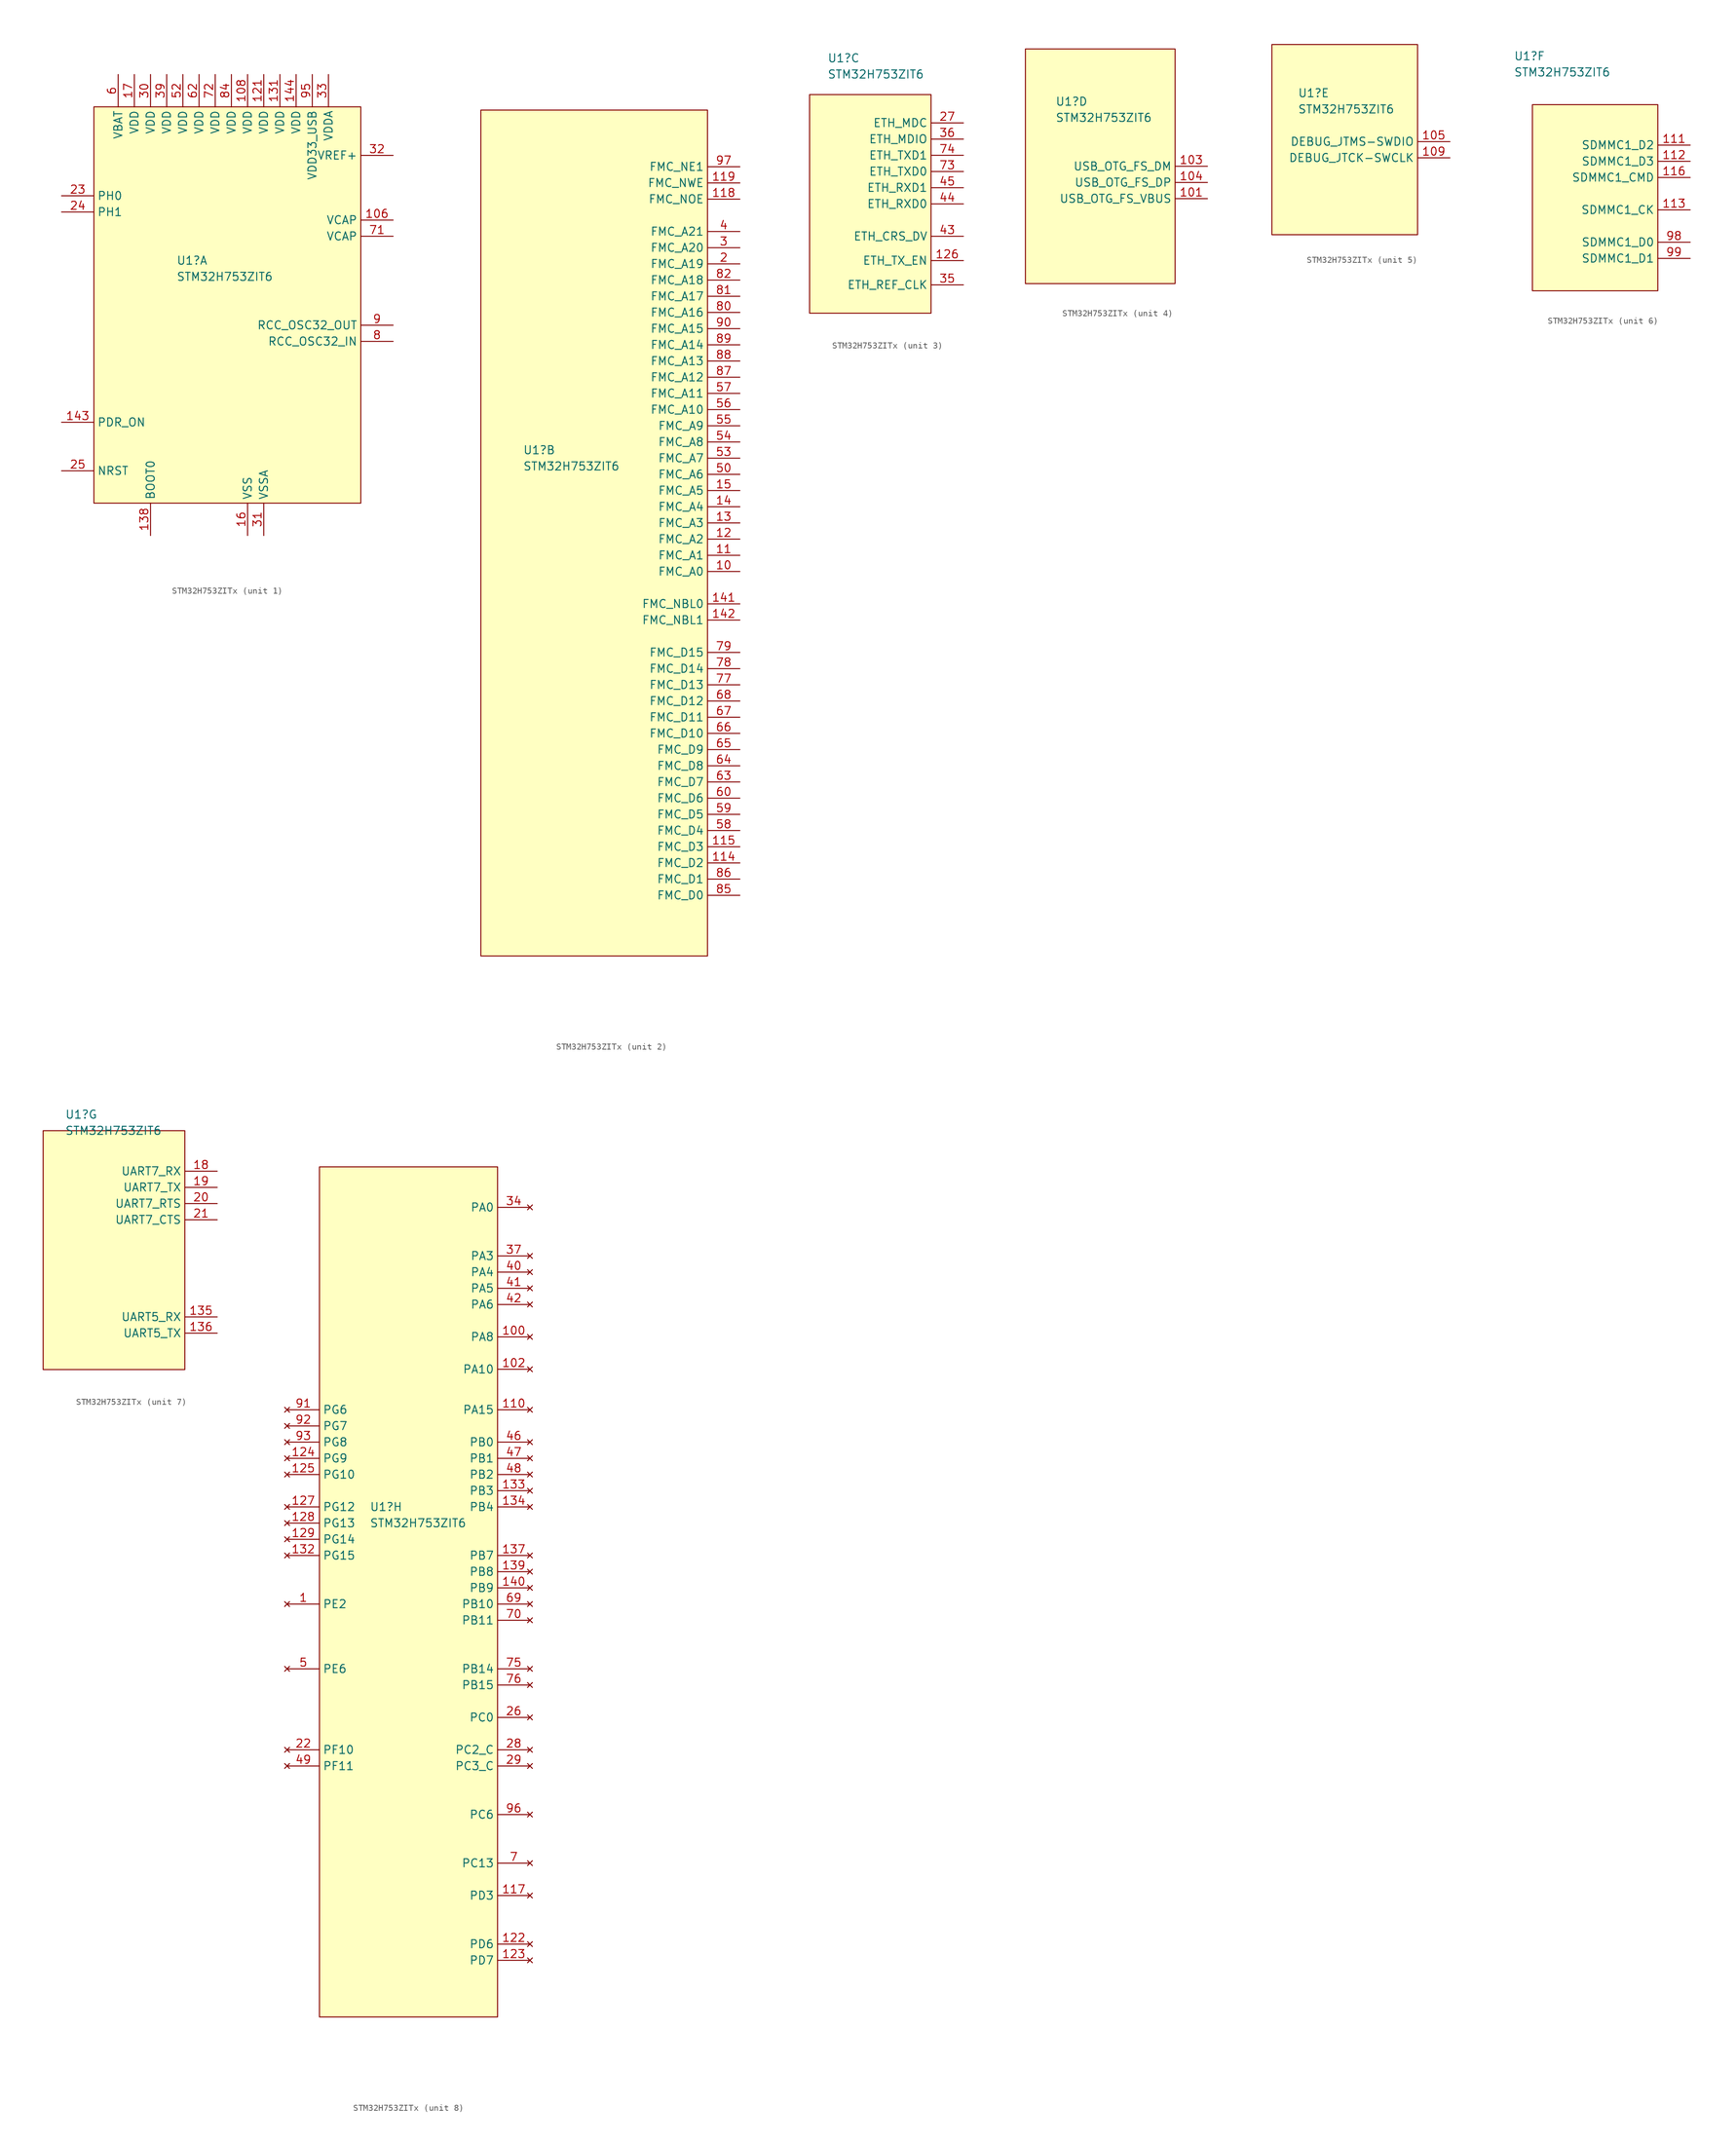
<source format=kicad_sym>
(kicad_symbol_lib
  (version 20231120)
  (generator "kicad_symbol_editor")
  (generator_version "8.0")
  (symbol "STM32H753ZITx"
    (property "Reference" "U1"
      (at -7.366 22.86 0)
      (effects (font (size 1.27 1.27)) (justify left)))
    (property "Value" "STM32H753ZIT6"
      (at -7.366 20.32 0)
      (effects (font (size 1.27 1.27)) (justify left)))
    (property "ki_locked" ""
      (at 0 0 0)
      (effects (font (size 1.27 1.27))))
    (symbol "STM32H753ZITx_1_1"
      (rectangle (start -20.32 46.99) (end 21.59 -15.24) (stroke (width 0) (type default)) (fill (type background)))
      (pin power_out line (at 26.67 29.21 180) (length 5.08) (name "VCAP" (effects (font (size 1.27 1.27)))) (number "106" (effects (font (size 1.27 1.27)))))
      (pin passive line (at 0 -20.32 90) (length 5.08) hide (name "VSS" (effects (font (size 1.27 1.27)))) (number "107" (effects (font (size 1.27 1.27)))))
      (pin power_in line (at 3.81 52.07 270) (length 5.08) (name "VDD" (effects (font (size 1.27 1.27)))) (number "108" (effects (font (size 1.27 1.27)))))
      (pin passive line (at 0 -20.32 90) (length 5.08) hide (name "VSS" (effects (font (size 1.27 1.27)))) (number "120" (effects (font (size 1.27 1.27)))))
      (pin power_in line (at 6.35 52.07 270) (length 5.08) (name "VDD" (effects (font (size 1.27 1.27)))) (number "121" (effects (font (size 1.27 1.27)))))
      (pin passive line (at 0 -20.32 90) (length 5.08) hide (name "VSS" (effects (font (size 1.27 1.27)))) (number "130" (effects (font (size 1.27 1.27)))))
      (pin power_in line (at 8.89 52.07 270) (length 5.08) (name "VDD" (effects (font (size 1.27 1.27)))) (number "131" (effects (font (size 1.27 1.27)))))
      (pin input line (at -11.43 -20.32 90) (length 5.08) (name "BOOT0" (effects (font (size 1.27 1.27)))) (number "138" (effects (font (size 1.27 1.27)))))
      (pin input line (at -25.4 -2.54 0) (length 5.08) (name "PDR_ON" (effects (font (size 1.27 1.27)))) (number "143" (effects (font (size 1.27 1.27)))))
      (pin power_in line (at 11.43 52.07 270) (length 5.08) (name "VDD" (effects (font (size 1.27 1.27)))) (number "144" (effects (font (size 1.27 1.27)))))
      (pin power_in line (at 3.81 -20.32 90) (length 5.08) (name "VSS" (effects (font (size 1.27 1.27)))) (number "16" (effects (font (size 1.27 1.27)))))
      (pin power_in line (at -13.97 52.07 270) (length 5.08) (name "VDD" (effects (font (size 1.27 1.27)))) (number "17" (effects (font (size 1.27 1.27)))))
      (pin bidirectional line (at -25.4 33.02 0) (length 5.08) (name "PH0" (effects (font (size 1.27 1.27)))) (number "23" (effects (font (size 1.27 1.27)))) (alternate "RCC_OSC_IN" bidirectional line))
      (pin bidirectional line (at -25.4 30.48 0) (length 5.08) (name "PH1" (effects (font (size 1.27 1.27)))) (number "24" (effects (font (size 1.27 1.27)))) (alternate "RCC_OSC_OUT" bidirectional line))
      (pin input line (at -25.4 -10.16 0) (length 5.08) (name "NRST" (effects (font (size 1.27 1.27)))) (number "25" (effects (font (size 1.27 1.27)))))
      (pin power_in line (at -11.43 52.07 270) (length 5.08) (name "VDD" (effects (font (size 1.27 1.27)))) (number "30" (effects (font (size 1.27 1.27)))))
      (pin power_in line (at 6.35 -20.32 90) (length 5.08) (name "VSSA" (effects (font (size 1.27 1.27)))) (number "31" (effects (font (size 1.27 1.27)))))
      (pin input line (at 26.67 39.37 180) (length 5.08) (name "VREF+" (effects (font (size 1.27 1.27)))) (number "32" (effects (font (size 1.27 1.27)))) (alternate "VREFBUF_OUT" bidirectional line))
      (pin power_in line (at 16.51 52.07 270) (length 5.08) (name "VDDA" (effects (font (size 1.27 1.27)))) (number "33" (effects (font (size 1.27 1.27)))))
      (pin passive line (at 0 -20.32 90) (length 5.08) hide (name "VSS" (effects (font (size 1.27 1.27)))) (number "38" (effects (font (size 1.27 1.27)))))
      (pin power_in line (at -8.89 52.07 270) (length 5.08) (name "VDD" (effects (font (size 1.27 1.27)))) (number "39" (effects (font (size 1.27 1.27)))))
      (pin passive line (at 0 -20.32 90) (length 5.08) hide (name "VSS" (effects (font (size 1.27 1.27)))) (number "51" (effects (font (size 1.27 1.27)))))
      (pin power_in line (at -6.35 52.07 270) (length 5.08) (name "VDD" (effects (font (size 1.27 1.27)))) (number "52" (effects (font (size 1.27 1.27)))))
      (pin power_in line (at -16.51 52.07 270) (length 5.08) (name "VBAT" (effects (font (size 1.27 1.27)))) (number "6" (effects (font (size 1.27 1.27)))))
      (pin passive line (at 0 -20.32 90) (length 5.08) hide (name "VSS" (effects (font (size 1.27 1.27)))) (number "61" (effects (font (size 1.27 1.27)))))
      (pin power_in line (at -3.81 52.07 270) (length 5.08) (name "VDD" (effects (font (size 1.27 1.27)))) (number "62" (effects (font (size 1.27 1.27)))))
      (pin power_out line (at 26.67 26.67 180) (length 5.08) (name "VCAP" (effects (font (size 1.27 1.27)))) (number "71" (effects (font (size 1.27 1.27)))))
      (pin power_in line (at -1.27 52.07 270) (length 5.08) (name "VDD" (effects (font (size 1.27 1.27)))) (number "72" (effects (font (size 1.27 1.27)))))
      (pin input line (at 26.67 10.16 180) (length 5.08) (name "RCC_OSC32_IN" (effects (font (size 1.27 1.27)))) (number "8" (effects (font (size 1.27 1.27)))) (alternate "RCC_OSC32_IN" bidirectional line))
      (pin passive line (at 0 -20.32 90) (length 5.08) hide (name "VSS" (effects (font (size 1.27 1.27)))) (number "83" (effects (font (size 1.27 1.27)))))
      (pin power_in line (at 1.27 52.07 270) (length 5.08) (name "VDD" (effects (font (size 1.27 1.27)))) (number "84" (effects (font (size 1.27 1.27)))))
      (pin output line (at 26.67 12.7 180) (length 5.08) (name "RCC_OSC32_OUT" (effects (font (size 1.27 1.27)))) (number "9" (effects (font (size 1.27 1.27)))) (alternate "ADC1_EXTI15" bidirectional line) (alternate "ADC2_EXTI15" bidirectional line) (alternate "ADC3_EXTI15" bidirectional line) (alternate "RCC_OSC32_OUT" bidirectional line))
      (pin passive line (at 0 -20.32 90) (length 5.08) hide (name "VSS" (effects (font (size 1.27 1.27)))) (number "94" (effects (font (size 1.27 1.27)))))
      (pin power_out line (at 13.97 52.07 270) (length 5.08) (name "VDD33_USB" (effects (font (size 1.27 1.27)))) (number "95" (effects (font (size 1.27 1.27))))))
    (symbol "STM32H753ZITx_2_1"
      (rectangle (start -13.97 76.2) (end 21.59 -56.515) (stroke (width 0) (type default)) (fill (type background)))
      (pin output line (at 26.67 3.81 180) (length 5.08) (name "FMC_A0" (effects (font (size 1.27 1.27)))) (number "10" (effects (font (size 1.27 1.27)))) (alternate "FMC_A0" bidirectional line) (alternate "I2C2_SDA" bidirectional line))
      (pin output line (at 26.67 6.35 180) (length 5.08) (name "FMC_A1" (effects (font (size 1.27 1.27)))) (number "11" (effects (font (size 1.27 1.27)))) (alternate "FMC_A1" bidirectional line) (alternate "I2C2_SCL" bidirectional line))
      (pin bidirectional line (at 26.67 -41.91 180) (length 5.08) (name "FMC_D2" (effects (font (size 1.27 1.27)))) (number "114" (effects (font (size 1.27 1.27)))) (alternate "DFSDM1_CKIN6" bidirectional line) (alternate "FDCAN1_RX" bidirectional line) (alternate "FMC_D2" bidirectional line) (alternate "FMC_DA2" bidirectional line) (alternate "SAI3_SCK_A" bidirectional line) (alternate "UART4_RX" bidirectional line))
      (pin bidirectional line (at 26.67 -39.37 180) (length 5.08) (name "FMC_D3" (effects (font (size 1.27 1.27)))) (number "115" (effects (font (size 1.27 1.27)))) (alternate "DFSDM1_DATIN6" bidirectional line) (alternate "FDCAN1_TX" bidirectional line) (alternate "FMC_D3" bidirectional line) (alternate "FMC_DA3" bidirectional line) (alternate "SAI3_SD_A" bidirectional line) (alternate "UART4_TX" bidirectional line))
      (pin output line (at 26.67 62.23 180) (length 5.08) (name "FMC_NOE" (effects (font (size 1.27 1.27)))) (number "118" (effects (font (size 1.27 1.27)))) (alternate "FMC_NOE" bidirectional line) (alternate "HRTIM_FLT3" bidirectional line) (alternate "SAI3_FS_A" bidirectional line) (alternate "USART2_DE" bidirectional line) (alternate "USART2_RTS" bidirectional line))
      (pin output line (at 26.67 64.77 180) (length 5.08) (name "FMC_NWE" (effects (font (size 1.27 1.27)))) (number "119" (effects (font (size 1.27 1.27)))) (alternate "FMC_NWE" bidirectional line) (alternate "HRTIM_EEV3" bidirectional line) (alternate "USART2_TX" bidirectional line))
      (pin output line (at 26.67 8.89 180) (length 5.08) (name "FMC_A2" (effects (font (size 1.27 1.27)))) (number "12" (effects (font (size 1.27 1.27)))) (alternate "FMC_A2" bidirectional line) (alternate "I2C2_SMBA" bidirectional line))
      (pin output line (at 26.67 11.43 180) (length 5.08) (name "FMC_A3" (effects (font (size 1.27 1.27)))) (number "13" (effects (font (size 1.27 1.27)))) (alternate "ADC3_INP5" bidirectional line) (alternate "FMC_A3" bidirectional line))
      (pin output line (at 26.67 13.97 180) (length 5.08) (name "FMC_A4" (effects (font (size 1.27 1.27)))) (number "14" (effects (font (size 1.27 1.27)))) (alternate "ADC3_INN5" bidirectional line) (alternate "ADC3_INP9" bidirectional line) (alternate "FMC_A4" bidirectional line))
      (pin output line (at 26.67 -1.27 180) (length 5.08) (name "FMC_NBL0" (effects (font (size 1.27 1.27)))) (number "141" (effects (font (size 1.27 1.27)))) (alternate "DCMI_D2" bidirectional line) (alternate "FMC_NBL0" bidirectional line) (alternate "HRTIM_SCIN" bidirectional line) (alternate "LPTIM1_ETR" bidirectional line) (alternate "LPTIM2_ETR" bidirectional line) (alternate "SAI2_MCLK_A" bidirectional line) (alternate "TIM4_ETR" bidirectional line) (alternate "UART8_RX" bidirectional line))
      (pin output line (at 26.67 -3.81 180) (length 5.08) (name "FMC_NBL1" (effects (font (size 1.27 1.27)))) (number "142" (effects (font (size 1.27 1.27)))) (alternate "DCMI_D3" bidirectional line) (alternate "FMC_NBL1" bidirectional line) (alternate "HRTIM_SCOUT" bidirectional line) (alternate "LPTIM1_IN2" bidirectional line) (alternate "UART8_TX" bidirectional line))
      (pin output line (at 26.67 16.51 180) (length 5.08) (name "FMC_A5" (effects (font (size 1.27 1.27)))) (number "15" (effects (font (size 1.27 1.27)))) (alternate "ADC3_INP4" bidirectional line) (alternate "FMC_A5" bidirectional line))
      (pin output line (at 26.67 52.07 180) (length 5.08) (name "FMC_A19" (effects (font (size 1.27 1.27)))) (number "2" (effects (font (size 1.27 1.27)))) (alternate "DEBUG_TRACED0" bidirectional line) (alternate "FMC_A19" bidirectional line) (alternate "SAI1_SD_B" bidirectional line) (alternate "SAI4_SD_B" bidirectional line) (alternate "TIM15_BKIN" bidirectional line))
      (pin output line (at 26.67 54.61 180) (length 5.08) (name "FMC_A20" (effects (font (size 1.27 1.27)))) (number "3" (effects (font (size 1.27 1.27)))) (alternate "DCMI_D4" bidirectional line) (alternate "DEBUG_TRACED1" bidirectional line) (alternate "DFSDM1_DATIN3" bidirectional line) (alternate "FMC_A20" bidirectional line) (alternate "LTDC_B0" bidirectional line) (alternate "SAI1_D2" bidirectional line) (alternate "SAI1_FS_A" bidirectional line) (alternate "SAI4_D2" bidirectional line) (alternate "SAI4_FS_A" bidirectional line) (alternate "SPI4_NSS" bidirectional line) (alternate "TIM15_CH1N" bidirectional line))
      (pin output line (at 26.67 57.15 180) (length 5.08) (name "FMC_A21" (effects (font (size 1.27 1.27)))) (number "4" (effects (font (size 1.27 1.27)))) (alternate "DCMI_D6" bidirectional line) (alternate "DEBUG_TRACED2" bidirectional line) (alternate "DFSDM1_CKIN3" bidirectional line) (alternate "FMC_A21" bidirectional line) (alternate "LTDC_G0" bidirectional line) (alternate "SAI1_CK2" bidirectional line) (alternate "SAI1_SCK_A" bidirectional line) (alternate "SAI4_CK2" bidirectional line) (alternate "SAI4_SCK_A" bidirectional line) (alternate "SPI4_MISO" bidirectional line) (alternate "TIM15_CH1" bidirectional line))
      (pin output line (at 26.67 19.05 180) (length 5.08) (name "FMC_A6" (effects (font (size 1.27 1.27)))) (number "50" (effects (font (size 1.27 1.27)))) (alternate "ADC1_INN2" bidirectional line) (alternate "ADC1_INP6" bidirectional line) (alternate "FMC_A6" bidirectional line))
      (pin output line (at 26.67 21.59 180) (length 5.08) (name "FMC_A7" (effects (font (size 1.27 1.27)))) (number "53" (effects (font (size 1.27 1.27)))) (alternate "ADC2_INP2" bidirectional line) (alternate "DFSDM1_DATIN6" bidirectional line) (alternate "FMC_A7" bidirectional line) (alternate "I2C4_SMBA" bidirectional line))
      (pin output line (at 26.67 24.13 180) (length 5.08) (name "FMC_A8" (effects (font (size 1.27 1.27)))) (number "54" (effects (font (size 1.27 1.27)))) (alternate "ADC2_INN2" bidirectional line) (alternate "ADC2_INP6" bidirectional line) (alternate "DFSDM1_CKIN6" bidirectional line) (alternate "FMC_A8" bidirectional line) (alternate "I2C4_SCL" bidirectional line))
      (pin output line (at 26.67 26.67 180) (length 5.08) (name "FMC_A9" (effects (font (size 1.27 1.27)))) (number "55" (effects (font (size 1.27 1.27)))) (alternate "ADC1_EXTI15" bidirectional line) (alternate "ADC2_EXTI15" bidirectional line) (alternate "ADC3_EXTI15" bidirectional line) (alternate "FMC_A9" bidirectional line) (alternate "I2C4_SDA" bidirectional line))
      (pin output line (at 26.67 29.21 180) (length 5.08) (name "FMC_A10" (effects (font (size 1.27 1.27)))) (number "56" (effects (font (size 1.27 1.27)))) (alternate "FMC_A10" bidirectional line))
      (pin output line (at 26.67 31.75 180) (length 5.08) (name "FMC_A11" (effects (font (size 1.27 1.27)))) (number "57" (effects (font (size 1.27 1.27)))) (alternate "FMC_A11" bidirectional line) (alternate "OPAMP2_VINM" bidirectional line) (alternate "OPAMP2_VINM1" bidirectional line))
      (pin bidirectional line (at 26.67 -36.83 180) (length 5.08) (name "FMC_D4" (effects (font (size 1.27 1.27)))) (number "58" (effects (font (size 1.27 1.27)))) (alternate "COMP2_INM" bidirectional line) (alternate "DFSDM1_DATIN2" bidirectional line) (alternate "FMC_D4" bidirectional line) (alternate "FMC_DA4" bidirectional line) (alternate "OPAMP2_VOUT" bidirectional line) (alternate "QUADSPI_BK2_IO0" bidirectional line) (alternate "TIM1_ETR" bidirectional line) (alternate "UART7_RX" bidirectional line))
      (pin bidirectional line (at 26.67 -34.29 180) (length 5.08) (name "FMC_D5" (effects (font (size 1.27 1.27)))) (number "59" (effects (font (size 1.27 1.27)))) (alternate "COMP2_OUT" bidirectional line) (alternate "DFSDM1_CKIN2" bidirectional line) (alternate "FMC_D5" bidirectional line) (alternate "FMC_DA5" bidirectional line) (alternate "OPAMP2_VINM" bidirectional line) (alternate "OPAMP2_VINM0" bidirectional line) (alternate "QUADSPI_BK2_IO1" bidirectional line) (alternate "TIM1_CH1N" bidirectional line) (alternate "UART7_TX" bidirectional line))
      (pin bidirectional line (at 26.67 -31.75 180) (length 5.08) (name "FMC_D6" (effects (font (size 1.27 1.27)))) (number "60" (effects (font (size 1.27 1.27)))) (alternate "COMP2_INP" bidirectional line) (alternate "DAC1_EXTI9" bidirectional line) (alternate "DFSDM1_CKOUT" bidirectional line) (alternate "FMC_D6" bidirectional line) (alternate "FMC_DA6" bidirectional line) (alternate "OPAMP2_VINP" bidirectional line) (alternate "QUADSPI_BK2_IO2" bidirectional line) (alternate "TIM1_CH1" bidirectional line) (alternate "UART7_DE" bidirectional line) (alternate "UART7_RTS" bidirectional line))
      (pin bidirectional line (at 26.67 -29.21 180) (length 5.08) (name "FMC_D7" (effects (font (size 1.27 1.27)))) (number "63" (effects (font (size 1.27 1.27)))) (alternate "COMP2_INM" bidirectional line) (alternate "DFSDM1_DATIN4" bidirectional line) (alternate "FMC_D7" bidirectional line) (alternate "FMC_DA7" bidirectional line) (alternate "QUADSPI_BK2_IO3" bidirectional line) (alternate "TIM1_CH2N" bidirectional line) (alternate "UART7_CTS" bidirectional line))
      (pin bidirectional line (at 26.67 -26.67 180) (length 5.08) (name "FMC_D8" (effects (font (size 1.27 1.27)))) (number "64" (effects (font (size 1.27 1.27)))) (alternate "ADC1_EXTI11" bidirectional line) (alternate "ADC2_EXTI11" bidirectional line) (alternate "ADC3_EXTI11" bidirectional line) (alternate "COMP2_INP" bidirectional line) (alternate "DFSDM1_CKIN4" bidirectional line) (alternate "FMC_D8" bidirectional line) (alternate "FMC_DA8" bidirectional line) (alternate "LTDC_G3" bidirectional line) (alternate "SAI2_SD_B" bidirectional line) (alternate "SPI4_NSS" bidirectional line) (alternate "TIM1_CH2" bidirectional line))
      (pin bidirectional line (at 26.67 -24.13 180) (length 5.08) (name "FMC_D9" (effects (font (size 1.27 1.27)))) (number "65" (effects (font (size 1.27 1.27)))) (alternate "COMP1_OUT" bidirectional line) (alternate "DFSDM1_DATIN5" bidirectional line) (alternate "FMC_D9" bidirectional line) (alternate "FMC_DA9" bidirectional line) (alternate "LTDC_B4" bidirectional line) (alternate "SAI2_SCK_B" bidirectional line) (alternate "SPI4_SCK" bidirectional line) (alternate "TIM1_CH3N" bidirectional line))
      (pin bidirectional line (at 26.67 -21.59 180) (length 5.08) (name "FMC_D10" (effects (font (size 1.27 1.27)))) (number "66" (effects (font (size 1.27 1.27)))) (alternate "COMP2_OUT" bidirectional line) (alternate "DFSDM1_CKIN5" bidirectional line) (alternate "FMC_D10" bidirectional line) (alternate "FMC_DA10" bidirectional line) (alternate "LTDC_DE" bidirectional line) (alternate "SAI2_FS_B" bidirectional line) (alternate "SPI4_MISO" bidirectional line) (alternate "TIM1_CH3" bidirectional line))
      (pin bidirectional line (at 26.67 -19.05 180) (length 5.08) (name "FMC_D11" (effects (font (size 1.27 1.27)))) (number "67" (effects (font (size 1.27 1.27)))) (alternate "FMC_D11" bidirectional line) (alternate "FMC_DA11" bidirectional line) (alternate "LTDC_CLK" bidirectional line) (alternate "SAI2_MCLK_B" bidirectional line) (alternate "SPI4_MOSI" bidirectional line) (alternate "TIM1_CH4" bidirectional line))
      (pin bidirectional line (at 26.67 -16.51 180) (length 5.08) (name "FMC_D12" (effects (font (size 1.27 1.27)))) (number "68" (effects (font (size 1.27 1.27)))) (alternate "ADC1_EXTI15" bidirectional line) (alternate "ADC2_EXTI15" bidirectional line) (alternate "ADC3_EXTI15" bidirectional line) (alternate "FMC_D12" bidirectional line) (alternate "FMC_DA12" bidirectional line) (alternate "LTDC_R7" bidirectional line) (alternate "TIM1_BKIN" bidirectional line) (alternate "TIM1_BKIN_COMP1" bidirectional line) (alternate "TIM1_BKIN_COMP2" bidirectional line))
      (pin bidirectional line (at 26.67 -13.97 180) (length 5.08) (name "FMC_D13" (effects (font (size 1.27 1.27)))) (number "77" (effects (font (size 1.27 1.27)))) (alternate "DFSDM1_CKIN3" bidirectional line) (alternate "FMC_D13" bidirectional line) (alternate "FMC_DA13" bidirectional line) (alternate "SAI3_SCK_B" bidirectional line) (alternate "SPDIFRX1_IN1" bidirectional line) (alternate "USART3_TX" bidirectional line))
      (pin bidirectional line (at 26.67 -11.43 180) (length 5.08) (name "FMC_D14" (effects (font (size 1.27 1.27)))) (number "78" (effects (font (size 1.27 1.27)))) (alternate "DAC1_EXTI9" bidirectional line) (alternate "DFSDM1_DATIN3" bidirectional line) (alternate "FMC_D14" bidirectional line) (alternate "FMC_DA14" bidirectional line) (alternate "SAI3_SD_B" bidirectional line) (alternate "USART3_RX" bidirectional line))
      (pin bidirectional line (at 26.67 -8.89 180) (length 5.08) (name "FMC_D15" (effects (font (size 1.27 1.27)))) (number "79" (effects (font (size 1.27 1.27)))) (alternate "DFSDM1_CKOUT" bidirectional line) (alternate "FMC_D15" bidirectional line) (alternate "FMC_DA15" bidirectional line) (alternate "LTDC_B3" bidirectional line) (alternate "SAI3_FS_B" bidirectional line) (alternate "USART3_CK" bidirectional line))
      (pin output line (at 26.67 44.45 180) (length 5.08) (name "FMC_A16" (effects (font (size 1.27 1.27)))) (number "80" (effects (font (size 1.27 1.27)))) (alternate "ADC1_EXTI11" bidirectional line) (alternate "ADC2_EXTI11" bidirectional line) (alternate "ADC3_EXTI11" bidirectional line) (alternate "FMC_A16" bidirectional line) (alternate "FMC_CLE" bidirectional line) (alternate "I2C4_SMBA" bidirectional line) (alternate "LPTIM2_IN2" bidirectional line) (alternate "QUADSPI_BK1_IO0" bidirectional line) (alternate "SAI2_SD_A" bidirectional line) (alternate "USART3_CTS" bidirectional line) (alternate "USART3_NSS" bidirectional line))
      (pin output line (at 26.67 46.99 180) (length 5.08) (name "FMC_A17" (effects (font (size 1.27 1.27)))) (number "81" (effects (font (size 1.27 1.27)))) (alternate "FMC_A17" bidirectional line) (alternate "FMC_ALE" bidirectional line) (alternate "I2C4_SCL" bidirectional line) (alternate "LPTIM1_IN1" bidirectional line) (alternate "LPTIM2_IN1" bidirectional line) (alternate "QUADSPI_BK1_IO1" bidirectional line) (alternate "SAI2_FS_A" bidirectional line) (alternate "TIM4_CH1" bidirectional line) (alternate "USART3_DE" bidirectional line) (alternate "USART3_RTS" bidirectional line))
      (pin output line (at 26.67 49.53 180) (length 5.08) (name "FMC_A18" (effects (font (size 1.27 1.27)))) (number "82" (effects (font (size 1.27 1.27)))) (alternate "FMC_A18" bidirectional line) (alternate "I2C4_SDA" bidirectional line) (alternate "LPTIM1_OUT" bidirectional line) (alternate "QUADSPI_BK1_IO3" bidirectional line) (alternate "SAI2_SCK_A" bidirectional line) (alternate "TIM4_CH2" bidirectional line))
      (pin bidirectional line (at 26.67 -46.99 180) (length 5.08) (name "FMC_D0" (effects (font (size 1.27 1.27)))) (number "85" (effects (font (size 1.27 1.27)))) (alternate "FMC_D0" bidirectional line) (alternate "FMC_DA0" bidirectional line) (alternate "SAI3_MCLK_B" bidirectional line) (alternate "TIM4_CH3" bidirectional line) (alternate "UART8_CTS" bidirectional line))
      (pin bidirectional line (at 26.67 -44.45 180) (length 5.08) (name "FMC_D1" (effects (font (size 1.27 1.27)))) (number "86" (effects (font (size 1.27 1.27)))) (alternate "ADC1_EXTI15" bidirectional line) (alternate "ADC2_EXTI15" bidirectional line) (alternate "ADC3_EXTI15" bidirectional line) (alternate "FMC_D1" bidirectional line) (alternate "FMC_DA1" bidirectional line) (alternate "SAI3_MCLK_A" bidirectional line) (alternate "TIM4_CH4" bidirectional line) (alternate "UART8_DE" bidirectional line) (alternate "UART8_RTS" bidirectional line))
      (pin output line (at 26.67 34.29 180) (length 5.08) (name "FMC_A12" (effects (font (size 1.27 1.27)))) (number "87" (effects (font (size 1.27 1.27)))) (alternate "FMC_A12" bidirectional line) (alternate "TIM8_BKIN" bidirectional line) (alternate "TIM8_BKIN_COMP1" bidirectional line) (alternate "TIM8_BKIN_COMP2" bidirectional line))
      (pin output line (at 26.67 36.83 180) (length 5.08) (name "FMC_A13" (effects (font (size 1.27 1.27)))) (number "88" (effects (font (size 1.27 1.27)))) (alternate "FMC_A13" bidirectional line) (alternate "TIM8_BKIN2" bidirectional line) (alternate "TIM8_BKIN2_COMP1" bidirectional line) (alternate "TIM8_BKIN2_COMP2" bidirectional line))
      (pin output line (at 26.67 39.37 180) (length 5.08) (name "FMC_A14" (effects (font (size 1.27 1.27)))) (number "89" (effects (font (size 1.27 1.27)))) (alternate "FMC_A14" bidirectional line) (alternate "FMC_BA0" bidirectional line) (alternate "TIM1_BKIN2" bidirectional line) (alternate "TIM1_BKIN2_COMP1" bidirectional line) (alternate "TIM1_BKIN2_COMP2" bidirectional line))
      (pin output line (at 26.67 41.91 180) (length 5.08) (name "FMC_A15" (effects (font (size 1.27 1.27)))) (number "90" (effects (font (size 1.27 1.27)))) (alternate "FMC_A15" bidirectional line) (alternate "FMC_BA1" bidirectional line) (alternate "TIM1_ETR" bidirectional line))
      (pin output line (at 26.67 67.31 180) (length 5.08) (name "FMC_NE1" (effects (font (size 1.27 1.27)))) (number "97" (effects (font (size 1.27 1.27)))) (alternate "DCMI_D1" bidirectional line) (alternate "DEBUG_TRGIO" bidirectional line) (alternate "DFSDM1_DATIN3" bidirectional line) (alternate "FMC_NE1" bidirectional line) (alternate "HRTIM_CHA2" bidirectional line) (alternate "I2S3_MCK" bidirectional line) (alternate "LTDC_G6" bidirectional line) (alternate "SDMMC1_D123DIR" bidirectional line) (alternate "SDMMC1_D7" bidirectional line) (alternate "SDMMC2_D7" bidirectional line) (alternate "SWPMI1_TX" bidirectional line) (alternate "TIM3_CH2" bidirectional line) (alternate "TIM8_CH2" bidirectional line) (alternate "USART6_RX" bidirectional line)))
    (symbol "STM32H753ZITx_3_1"
      (rectangle (start -10.16 17.145) (end 8.89 -17.145) (stroke (width 0) (type default)) (fill (type background)))
      (pin bidirectional line (at 13.97 -8.89 180) (length 5.08) (name "ETH_TX_EN" (effects (font (size 1.27 1.27)))) (number "126" (effects (font (size 1.27 1.27)))) (alternate "ADC1_EXTI11" bidirectional line) (alternate "ADC2_EXTI11" bidirectional line) (alternate "ADC3_EXTI11" bidirectional line) (alternate "DCMI_D3" bidirectional line) (alternate "ETH_TX_EN" bidirectional line) (alternate "HRTIM_EEV4" bidirectional line) (alternate "I2S1_CK" bidirectional line) (alternate "LPTIM1_IN2" bidirectional line) (alternate "LTDC_B3" bidirectional line) (alternate "SDMMC2_D2" bidirectional line) (alternate "SPDIFRX1_IN0" bidirectional line) (alternate "SPI1_SCK" bidirectional line))
      (pin bidirectional line (at 13.97 12.7 180) (length 5.08) (name "ETH_MDC" (effects (font (size 1.27 1.27)))) (number "27" (effects (font (size 1.27 1.27)))) (alternate "ADC1_INN10" bidirectional line) (alternate "ADC1_INP11" bidirectional line) (alternate "ADC2_INN10" bidirectional line) (alternate "ADC2_INP11" bidirectional line) (alternate "ADC3_INN10" bidirectional line) (alternate "ADC3_INP11" bidirectional line) (alternate "DEBUG_TRACED0" bidirectional line) (alternate "DFSDM1_CKIN4" bidirectional line) (alternate "DFSDM1_DATIN0" bidirectional line) (alternate "ETH_MDC" bidirectional line) (alternate "I2S2_SDO" bidirectional line) (alternate "MDIOS_MDC" bidirectional line) (alternate "PWR_WKUP6" bidirectional line) (alternate "RTC_TAMP3" bidirectional line) (alternate "SAI1_D1" bidirectional line) (alternate "SAI1_SD_A" bidirectional line) (alternate "SAI4_D1" bidirectional line) (alternate "SAI4_SD_A" bidirectional line) (alternate "SDMMC2_CK" bidirectional line) (alternate "SPI2_MOSI" bidirectional line))
      (pin bidirectional line (at 13.97 -12.7 180) (length 5.08) (name "ETH_REF_CLK" (effects (font (size 1.27 1.27)))) (number "35" (effects (font (size 1.27 1.27)))) (alternate "ADC1_INN16" bidirectional line) (alternate "ADC1_INP17" bidirectional line) (alternate "ETH_REF_CLK" bidirectional line) (alternate "ETH_RX_CLK" bidirectional line) (alternate "LPTIM3_OUT" bidirectional line) (alternate "LTDC_R2" bidirectional line) (alternate "QUADSPI_BK1_IO3" bidirectional line) (alternate "SAI2_MCLK_B" bidirectional line) (alternate "TIM15_CH1N" bidirectional line) (alternate "TIM2_CH2" bidirectional line) (alternate "TIM5_CH2" bidirectional line) (alternate "UART4_RX" bidirectional line) (alternate "USART2_DE" bidirectional line) (alternate "USART2_RTS" bidirectional line))
      (pin bidirectional line (at 13.97 10.16 180) (length 5.08) (name "ETH_MDIO" (effects (font (size 1.27 1.27)))) (number "36" (effects (font (size 1.27 1.27)))) (alternate "ADC1_INP14" bidirectional line) (alternate "ADC2_INP14" bidirectional line) (alternate "ETH_MDIO" bidirectional line) (alternate "LPTIM4_OUT" bidirectional line) (alternate "LTDC_R1" bidirectional line) (alternate "MDIOS_MDIO" bidirectional line) (alternate "PWR_WKUP2" bidirectional line) (alternate "SAI2_SCK_B" bidirectional line) (alternate "TIM15_CH1" bidirectional line) (alternate "TIM2_CH3" bidirectional line) (alternate "TIM5_CH3" bidirectional line) (alternate "USART2_TX" bidirectional line))
      (pin bidirectional line (at 13.97 -5.08 180) (length 5.08) (name "ETH_CRS_DV" (effects (font (size 1.27 1.27)))) (number "43" (effects (font (size 1.27 1.27)))) (alternate "ADC1_INN3" bidirectional line) (alternate "ADC1_INP7" bidirectional line) (alternate "ADC2_INN3" bidirectional line) (alternate "ADC2_INP7" bidirectional line) (alternate "ETH_CRS_DV" bidirectional line) (alternate "ETH_RX_DV" bidirectional line) (alternate "FMC_SDNWE" bidirectional line) (alternate "I2S1_SDO" bidirectional line) (alternate "OPAMP1_VINM" bidirectional line) (alternate "OPAMP1_VINM1" bidirectional line) (alternate "SPI1_MOSI" bidirectional line) (alternate "SPI6_MOSI" bidirectional line) (alternate "TIM14_CH1" bidirectional line) (alternate "TIM1_CH1N" bidirectional line) (alternate "TIM3_CH2" bidirectional line) (alternate "TIM8_CH1N" bidirectional line))
      (pin input line (at 13.97 0 180) (length 5.08) (name "ETH_RXD0" (effects (font (size 1.27 1.27)))) (number "44" (effects (font (size 1.27 1.27)))) (alternate "ADC1_INP4" bidirectional line) (alternate "ADC2_INP4" bidirectional line) (alternate "COMP1_INM" bidirectional line) (alternate "DFSDM1_CKIN2" bidirectional line) (alternate "ETH_RXD0" bidirectional line) (alternate "FMC_SDNE0" bidirectional line) (alternate "I2S1_MCK" bidirectional line) (alternate "OPAMP1_VOUT" bidirectional line) (alternate "SPDIFRX1_IN2" bidirectional line))
      (pin input line (at 13.97 2.54 180) (length 5.08) (name "ETH_RXD1" (effects (font (size 1.27 1.27)))) (number "45" (effects (font (size 1.27 1.27)))) (alternate "ADC1_INN4" bidirectional line) (alternate "ADC1_INP8" bidirectional line) (alternate "ADC2_INN4" bidirectional line) (alternate "ADC2_INP8" bidirectional line) (alternate "COMP1_OUT" bidirectional line) (alternate "DFSDM1_DATIN2" bidirectional line) (alternate "ETH_RXD1" bidirectional line) (alternate "FMC_SDCKE0" bidirectional line) (alternate "OPAMP1_VINM" bidirectional line) (alternate "OPAMP1_VINM0" bidirectional line) (alternate "SAI1_D3" bidirectional line) (alternate "SAI4_D3" bidirectional line) (alternate "SPDIFRX1_IN3" bidirectional line))
      (pin output line (at 13.97 5.08 180) (length 5.08) (name "ETH_TXD0" (effects (font (size 1.27 1.27)))) (number "73" (effects (font (size 1.27 1.27)))) (alternate "DFSDM1_DATIN1" bidirectional line) (alternate "ETH_TXD0" bidirectional line) (alternate "FDCAN2_RX" bidirectional line) (alternate "I2C2_SMBA" bidirectional line) (alternate "I2S2_WS" bidirectional line) (alternate "SPI2_NSS" bidirectional line) (alternate "TIM1_BKIN" bidirectional line) (alternate "TIM1_BKIN_COMP1" bidirectional line) (alternate "TIM1_BKIN_COMP2" bidirectional line) (alternate "UART5_RX" bidirectional line) (alternate "USART3_CK" bidirectional line) (alternate "USB_OTG_HS_ID" bidirectional line) (alternate "USB_OTG_HS_ULPI_D5" bidirectional line))
      (pin output line (at 13.97 7.62 180) (length 5.08) (name "ETH_TXD1" (effects (font (size 1.27 1.27)))) (number "74" (effects (font (size 1.27 1.27)))) (alternate "DFSDM1_CKIN1" bidirectional line) (alternate "ETH_TXD1" bidirectional line) (alternate "FDCAN2_TX" bidirectional line) (alternate "I2S2_CK" bidirectional line) (alternate "LPTIM2_OUT" bidirectional line) (alternate "SPI2_SCK" bidirectional line) (alternate "TIM1_CH1N" bidirectional line) (alternate "UART5_TX" bidirectional line) (alternate "USART3_CTS" bidirectional line) (alternate "USART3_NSS" bidirectional line) (alternate "USB_OTG_HS_ULPI_D6" bidirectional line) (alternate "USB_OTG_HS_VBUS" bidirectional line)))
    (symbol "STM32H753ZITx_4_1"
      (rectangle (start -12.065 31.115) (end 11.43 -5.715) (stroke (width 0) (type default)) (fill (type background)))
      (pin input line (at 16.51 7.62 180) (length 5.08) (name "USB_OTG_FS_VBUS" (effects (font (size 1.27 1.27)))) (number "101" (effects (font (size 1.27 1.27)))) (alternate "DAC1_EXTI9" bidirectional line) (alternate "DCMI_D0" bidirectional line) (alternate "HRTIM_CHC1" bidirectional line) (alternate "I2C3_SMBA" bidirectional line) (alternate "I2S2_CK" bidirectional line) (alternate "LPUART1_TX" bidirectional line) (alternate "LTDC_R5" bidirectional line) (alternate "SPI2_SCK" bidirectional line) (alternate "TIM1_CH2" bidirectional line) (alternate "USART1_TX" bidirectional line) (alternate "USB_OTG_FS_VBUS" bidirectional line))
      (pin bidirectional line (at 16.51 12.7 180) (length 5.08) (name "USB_OTG_FS_DM" (effects (font (size 1.27 1.27)))) (number "103" (effects (font (size 1.27 1.27)))) (alternate "ADC1_EXTI11" bidirectional line) (alternate "ADC2_EXTI11" bidirectional line) (alternate "ADC3_EXTI11" bidirectional line) (alternate "FDCAN1_RX" bidirectional line) (alternate "HRTIM_CHD1" bidirectional line) (alternate "I2S2_WS" bidirectional line) (alternate "LPUART1_CTS" bidirectional line) (alternate "LTDC_R4" bidirectional line) (alternate "SPI2_NSS" bidirectional line) (alternate "TIM1_CH4" bidirectional line) (alternate "UART4_RX" bidirectional line) (alternate "USART1_CTS" bidirectional line) (alternate "USART1_NSS" bidirectional line) (alternate "USB_OTG_FS_DM" bidirectional line))
      (pin bidirectional line (at 16.51 10.16 180) (length 5.08) (name "USB_OTG_FS_DP" (effects (font (size 1.27 1.27)))) (number "104" (effects (font (size 1.27 1.27)))) (alternate "FDCAN1_TX" bidirectional line) (alternate "HRTIM_CHD2" bidirectional line) (alternate "I2S2_CK" bidirectional line) (alternate "LPUART1_DE" bidirectional line) (alternate "LPUART1_RTS" bidirectional line) (alternate "LTDC_R5" bidirectional line) (alternate "SAI2_FS_B" bidirectional line) (alternate "SPI2_SCK" bidirectional line) (alternate "TIM1_ETR" bidirectional line) (alternate "UART4_TX" bidirectional line) (alternate "USART1_DE" bidirectional line) (alternate "USART1_RTS" bidirectional line) (alternate "USB_OTG_FS_DP" bidirectional line)))
    (symbol "STM32H753ZITx_5_1"
      (rectangle (start -11.43 30.48) (end 11.43 0.635) (stroke (width 0) (type default)) (fill (type background)))
      (pin bidirectional line (at 16.51 15.24 180) (length 5.08) (name "DEBUG_JTMS-SWDIO" (effects (font (size 1.27 1.27)))) (number "105" (effects (font (size 1.27 1.27)))) (alternate "DEBUG_JTMS-SWDIO" bidirectional line))
      (pin bidirectional line (at 16.51 12.7 180) (length 5.08) (name "DEBUG_JTCK-SWCLK" (effects (font (size 1.27 1.27)))) (number "109" (effects (font (size 1.27 1.27)))) (alternate "DEBUG_JTCK-SWCLK" bidirectional line)))
    (symbol "STM32H753ZITx_6_1"
      (rectangle (start -4.445 15.24) (end 15.24 -13.97) (stroke (width 0) (type default)) (fill (type background)))
      (pin bidirectional line (at 20.32 8.89 180) (length 5.08) (name "SDMMC1_D2" (effects (font (size 1.27 1.27)))) (number "111" (effects (font (size 1.27 1.27)))) (alternate "DCMI_D8" bidirectional line) (alternate "DFSDM1_CKIN5" bidirectional line) (alternate "HRTIM_EEV1" bidirectional line) (alternate "I2S3_CK" bidirectional line) (alternate "LTDC_R2" bidirectional line) (alternate "QUADSPI_BK1_IO1" bidirectional line) (alternate "SDMMC1_D2" bidirectional line) (alternate "SPI3_SCK" bidirectional line) (alternate "UART4_TX" bidirectional line) (alternate "USART3_TX" bidirectional line))
      (pin bidirectional line (at 20.32 6.35 180) (length 5.08) (name "SDMMC1_D3" (effects (font (size 1.27 1.27)))) (number "112" (effects (font (size 1.27 1.27)))) (alternate "ADC1_EXTI11" bidirectional line) (alternate "ADC2_EXTI11" bidirectional line) (alternate "ADC3_EXTI11" bidirectional line) (alternate "DCMI_D4" bidirectional line) (alternate "DFSDM1_DATIN5" bidirectional line) (alternate "HRTIM_FLT2" bidirectional line) (alternate "I2S3_SDI" bidirectional line) (alternate "QUADSPI_BK2_NCS" bidirectional line) (alternate "SDMMC1_D3" bidirectional line) (alternate "SPI3_MISO" bidirectional line) (alternate "UART4_RX" bidirectional line) (alternate "USART3_RX" bidirectional line))
      (pin bidirectional line (at 20.32 -1.27 180) (length 5.08) (name "SDMMC1_CK" (effects (font (size 1.27 1.27)))) (number "113" (effects (font (size 1.27 1.27)))) (alternate "DCMI_D9" bidirectional line) (alternate "DEBUG_TRACED3" bidirectional line) (alternate "HRTIM_EEV2" bidirectional line) (alternate "I2S3_SDO" bidirectional line) (alternate "SDMMC1_CK" bidirectional line) (alternate "SPI3_MOSI" bidirectional line) (alternate "UART5_TX" bidirectional line) (alternate "USART3_CK" bidirectional line))
      (pin output line (at 20.32 3.81 180) (length 5.08) (name "SDMMC1_CMD" (effects (font (size 1.27 1.27)))) (number "116" (effects (font (size 1.27 1.27)))) (alternate "DCMI_D11" bidirectional line) (alternate "DEBUG_TRACED2" bidirectional line) (alternate "SDMMC1_CMD" bidirectional line) (alternate "TIM3_ETR" bidirectional line) (alternate "UART5_RX" bidirectional line))
      (pin bidirectional line (at 20.32 -6.35 180) (length 5.08) (name "SDMMC1_D0" (effects (font (size 1.27 1.27)))) (number "98" (effects (font (size 1.27 1.27)))) (alternate "DCMI_D2" bidirectional line) (alternate "DEBUG_TRACED1" bidirectional line) (alternate "FMC_NCE" bidirectional line) (alternate "FMC_NE2" bidirectional line) (alternate "HRTIM_CHB1" bidirectional line) (alternate "SDMMC1_D0" bidirectional line) (alternate "SWPMI1_RX" bidirectional line) (alternate "TIM3_CH3" bidirectional line) (alternate "TIM8_CH3" bidirectional line) (alternate "UART5_DE" bidirectional line) (alternate "UART5_RTS" bidirectional line) (alternate "USART6_CK" bidirectional line))
      (pin bidirectional line (at 20.32 -8.89 180) (length 5.08) (name "SDMMC1_D1" (effects (font (size 1.27 1.27)))) (number "99" (effects (font (size 1.27 1.27)))) (alternate "DAC1_EXTI9" bidirectional line) (alternate "DCMI_D3" bidirectional line) (alternate "I2C3_SDA" bidirectional line) (alternate "I2S_CKIN" bidirectional line) (alternate "LTDC_B2" bidirectional line) (alternate "LTDC_G3" bidirectional line) (alternate "QUADSPI_BK1_IO0" bidirectional line) (alternate "RCC_MCO_2" bidirectional line) (alternate "SDMMC1_D1" bidirectional line) (alternate "SWPMI1_SUSPEND" bidirectional line) (alternate "TIM3_CH4" bidirectional line) (alternate "TIM8_CH4" bidirectional line) (alternate "UART5_CTS" bidirectional line)))
    (symbol "STM32H753ZITx_7_1"
      (rectangle (start -10.795 20.32) (end 11.43 -17.145) (stroke (width 0) (type default)) (fill (type background)))
      (pin input line (at 16.51 -8.89 180) (length 5.08) (name "UART5_RX" (effects (font (size 1.27 1.27)))) (number "135" (effects (font (size 1.27 1.27)))) (alternate "DCMI_D10" bidirectional line) (alternate "ETH_PPS_OUT" bidirectional line) (alternate "FDCAN2_RX" bidirectional line) (alternate "FMC_SDCKE1" bidirectional line) (alternate "HRTIM_EEV7" bidirectional line) (alternate "I2C1_SMBA" bidirectional line) (alternate "I2C4_SMBA" bidirectional line) (alternate "I2S1_SDO" bidirectional line) (alternate "I2S3_SDO" bidirectional line) (alternate "SPI1_MOSI" bidirectional line) (alternate "SPI3_MOSI" bidirectional line) (alternate "SPI6_MOSI" bidirectional line) (alternate "TIM17_BKIN" bidirectional line) (alternate "TIM3_CH2" bidirectional line) (alternate "UART5_RX" bidirectional line) (alternate "USB_OTG_HS_ULPI_D7" bidirectional line))
      (pin output line (at 16.51 -11.43 180) (length 5.08) (name "UART5_TX" (effects (font (size 1.27 1.27)))) (number "136" (effects (font (size 1.27 1.27)))) (alternate "CEC" bidirectional line) (alternate "DCMI_D5" bidirectional line) (alternate "DFSDM1_DATIN5" bidirectional line) (alternate "FDCAN2_TX" bidirectional line) (alternate "FMC_SDNE1" bidirectional line) (alternate "HRTIM_EEV8" bidirectional line) (alternate "I2C1_SCL" bidirectional line) (alternate "I2C4_SCL" bidirectional line) (alternate "LPUART1_TX" bidirectional line) (alternate "QUADSPI_BK1_NCS" bidirectional line) (alternate "TIM16_CH1N" bidirectional line) (alternate "TIM4_CH1" bidirectional line) (alternate "UART5_TX" bidirectional line) (alternate "USART1_TX" bidirectional line))
      (pin input line (at 16.51 13.97 180) (length 5.08) (name "UART7_RX" (effects (font (size 1.27 1.27)))) (number "18" (effects (font (size 1.27 1.27)))) (alternate "ADC3_INN4" bidirectional line) (alternate "ADC3_INP8" bidirectional line) (alternate "QUADSPI_BK1_IO3" bidirectional line) (alternate "SAI1_SD_B" bidirectional line) (alternate "SAI4_SD_B" bidirectional line) (alternate "SPI5_NSS" bidirectional line) (alternate "TIM16_CH1" bidirectional line) (alternate "UART7_RX" bidirectional line))
      (pin output line (at 16.51 11.43 180) (length 5.08) (name "UART7_TX" (effects (font (size 1.27 1.27)))) (number "19" (effects (font (size 1.27 1.27)))) (alternate "ADC3_INP3" bidirectional line) (alternate "QUADSPI_BK1_IO2" bidirectional line) (alternate "SAI1_MCLK_B" bidirectional line) (alternate "SAI4_MCLK_B" bidirectional line) (alternate "SPI5_SCK" bidirectional line) (alternate "TIM17_CH1" bidirectional line) (alternate "UART7_TX" bidirectional line))
      (pin output line (at 16.51 8.89 180) (length 5.08) (name "UART7_RTS" (effects (font (size 1.27 1.27)))) (number "20" (effects (font (size 1.27 1.27)))) (alternate "ADC3_INN3" bidirectional line) (alternate "ADC3_INP7" bidirectional line) (alternate "QUADSPI_BK1_IO0" bidirectional line) (alternate "SAI1_SCK_B" bidirectional line) (alternate "SAI4_SCK_B" bidirectional line) (alternate "SPI5_MISO" bidirectional line) (alternate "TIM13_CH1" bidirectional line) (alternate "TIM16_CH1N" bidirectional line) (alternate "UART7_DE" bidirectional line) (alternate "UART7_RTS" bidirectional line))
      (pin input line (at 16.51 6.35 180) (length 5.08) (name "UART7_CTS" (effects (font (size 1.27 1.27)))) (number "21" (effects (font (size 1.27 1.27)))) (alternate "ADC3_INP2" bidirectional line) (alternate "DAC1_EXTI9" bidirectional line) (alternate "QUADSPI_BK1_IO1" bidirectional line) (alternate "SAI1_FS_B" bidirectional line) (alternate "SAI4_FS_B" bidirectional line) (alternate "SPI5_MOSI" bidirectional line) (alternate "TIM14_CH1" bidirectional line) (alternate "TIM17_CH1N" bidirectional line) (alternate "UART7_CTS" bidirectional line)))
    (symbol "STM32H753ZITx_8_1"
      (rectangle (start -15.24 76.2) (end 12.7 -57.15) (stroke (width 0) (type default)) (fill (type background)))
      (pin no_connect line (at -20.32 7.62 0) (length 5.08) (name "PE2" (effects (font (size 1.27 1.27)))) (number "1" (effects (font (size 1.27 1.27)))) (alternate "DEBUG_TRACECLK" bidirectional line) (alternate "ETH_TXD3" bidirectional line) (alternate "FMC_A23" bidirectional line) (alternate "QUADSPI_BK1_IO2" bidirectional line) (alternate "SAI1_CK1" bidirectional line) (alternate "SAI1_MCLK_A" bidirectional line) (alternate "SAI4_CK1" bidirectional line) (alternate "SAI4_MCLK_A" bidirectional line) (alternate "SPI4_SCK" bidirectional line))
      (pin no_connect line (at 17.78 49.53 180) (length 5.08) (name "PA8" (effects (font (size 1.27 1.27)))) (number "100" (effects (font (size 1.27 1.27)))) (alternate "HRTIM_CHB2" bidirectional line) (alternate "I2C3_SCL" bidirectional line) (alternate "LTDC_B3" bidirectional line) (alternate "LTDC_R6" bidirectional line) (alternate "RCC_MCO_1" bidirectional line) (alternate "TIM1_CH1" bidirectional line) (alternate "TIM8_BKIN2" bidirectional line) (alternate "TIM8_BKIN2_COMP1" bidirectional line) (alternate "TIM8_BKIN2_COMP2" bidirectional line) (alternate "UART7_RX" bidirectional line) (alternate "USART1_CK" bidirectional line) (alternate "USB_OTG_FS_SOF" bidirectional line))
      (pin no_connect line (at 17.78 44.45 180) (length 5.08) (name "PA10" (effects (font (size 1.27 1.27)))) (number "102" (effects (font (size 1.27 1.27)))) (alternate "DCMI_D1" bidirectional line) (alternate "HRTIM_CHC2" bidirectional line) (alternate "LPUART1_RX" bidirectional line) (alternate "LTDC_B1" bidirectional line) (alternate "LTDC_B4" bidirectional line) (alternate "MDIOS_MDIO" bidirectional line) (alternate "TIM1_CH3" bidirectional line) (alternate "USART1_RX" bidirectional line) (alternate "USB_OTG_FS_ID" bidirectional line))
      (pin no_connect line (at 17.78 38.1 180) (length 5.08) (name "PA15" (effects (font (size 1.27 1.27)))) (number "110" (effects (font (size 1.27 1.27)))) (alternate "ADC1_EXTI15" bidirectional line) (alternate "ADC2_EXTI15" bidirectional line) (alternate "ADC3_EXTI15" bidirectional line) (alternate "CEC" bidirectional line) (alternate "DEBUG_JTDI" bidirectional line) (alternate "HRTIM_FLT1" bidirectional line) (alternate "I2S1_WS" bidirectional line) (alternate "I2S3_WS" bidirectional line) (alternate "SPI1_NSS" bidirectional line) (alternate "SPI3_NSS" bidirectional line) (alternate "SPI6_NSS" bidirectional line) (alternate "TIM2_CH1" bidirectional line) (alternate "TIM2_ETR" bidirectional line) (alternate "UART4_DE" bidirectional line) (alternate "UART4_RTS" bidirectional line) (alternate "UART7_TX" bidirectional line))
      (pin no_connect line (at 17.78 -38.1 180) (length 5.08) (name "PD3" (effects (font (size 1.27 1.27)))) (number "117" (effects (font (size 1.27 1.27)))) (alternate "DCMI_D5" bidirectional line) (alternate "DFSDM1_CKOUT" bidirectional line) (alternate "FMC_CLK" bidirectional line) (alternate "I2S2_CK" bidirectional line) (alternate "LTDC_G7" bidirectional line) (alternate "SPI2_SCK" bidirectional line) (alternate "USART2_CTS" bidirectional line) (alternate "USART2_NSS" bidirectional line))
      (pin no_connect line (at 17.78 -45.72 180) (length 5.08) (name "PD6" (effects (font (size 1.27 1.27)))) (number "122" (effects (font (size 1.27 1.27)))) (alternate "DCMI_D10" bidirectional line) (alternate "DFSDM1_CKIN4" bidirectional line) (alternate "DFSDM1_DATIN1" bidirectional line) (alternate "FMC_NWAIT" bidirectional line) (alternate "I2S3_SDO" bidirectional line) (alternate "LTDC_B2" bidirectional line) (alternate "SAI1_D1" bidirectional line) (alternate "SAI1_SD_A" bidirectional line) (alternate "SAI4_D1" bidirectional line) (alternate "SAI4_SD_A" bidirectional line) (alternate "SDMMC2_CK" bidirectional line) (alternate "SPI3_MOSI" bidirectional line) (alternate "USART2_RX" bidirectional line))
      (pin no_connect line (at 17.78 -48.26 180) (length 5.08) (name "PD7" (effects (font (size 1.27 1.27)))) (number "123" (effects (font (size 1.27 1.27)))) (alternate "DFSDM1_CKIN1" bidirectional line) (alternate "DFSDM1_DATIN4" bidirectional line) (alternate "FMC_NE1" bidirectional line) (alternate "I2S1_SDO" bidirectional line) (alternate "SDMMC2_CMD" bidirectional line) (alternate "SPDIFRX1_IN0" bidirectional line) (alternate "SPI1_MOSI" bidirectional line) (alternate "USART2_CK" bidirectional line))
      (pin no_connect line (at -20.32 30.48 0) (length 5.08) (name "PG9" (effects (font (size 1.27 1.27)))) (number "124" (effects (font (size 1.27 1.27)))) (alternate "DAC1_EXTI9" bidirectional line) (alternate "DCMI_VSYNC" bidirectional line) (alternate "FMC_NCE" bidirectional line) (alternate "FMC_NE2" bidirectional line) (alternate "I2S1_SDI" bidirectional line) (alternate "QUADSPI_BK2_IO2" bidirectional line) (alternate "SAI2_FS_B" bidirectional line) (alternate "SPDIFRX1_IN3" bidirectional line) (alternate "SPI1_MISO" bidirectional line) (alternate "USART6_RX" bidirectional line))
      (pin no_connect line (at -20.32 27.94 0) (length 5.08) (name "PG10" (effects (font (size 1.27 1.27)))) (number "125" (effects (font (size 1.27 1.27)))) (alternate "DCMI_D2" bidirectional line) (alternate "FMC_NE3" bidirectional line) (alternate "HRTIM_FLT5" bidirectional line) (alternate "I2S1_WS" bidirectional line) (alternate "LTDC_B2" bidirectional line) (alternate "LTDC_G3" bidirectional line) (alternate "SAI2_SD_B" bidirectional line) (alternate "SPI1_NSS" bidirectional line))
      (pin no_connect line (at -20.32 22.86 0) (length 5.08) (name "PG12" (effects (font (size 1.27 1.27)))) (number "127" (effects (font (size 1.27 1.27)))) (alternate "ETH_TXD1" bidirectional line) (alternate "FMC_NE4" bidirectional line) (alternate "HRTIM_EEV5" bidirectional line) (alternate "LPTIM1_IN1" bidirectional line) (alternate "LTDC_B1" bidirectional line) (alternate "LTDC_B4" bidirectional line) (alternate "SPDIFRX1_IN1" bidirectional line) (alternate "SPI6_MISO" bidirectional line) (alternate "USART6_DE" bidirectional line) (alternate "USART6_RTS" bidirectional line))
      (pin no_connect line (at -20.32 20.32 0) (length 5.08) (name "PG13" (effects (font (size 1.27 1.27)))) (number "128" (effects (font (size 1.27 1.27)))) (alternate "DEBUG_TRACED0" bidirectional line) (alternate "ETH_TXD0" bidirectional line) (alternate "FMC_A24" bidirectional line) (alternate "HRTIM_EEV10" bidirectional line) (alternate "LPTIM1_OUT" bidirectional line) (alternate "LTDC_R0" bidirectional line) (alternate "SPI6_SCK" bidirectional line) (alternate "USART6_CTS" bidirectional line) (alternate "USART6_NSS" bidirectional line))
      (pin no_connect line (at -20.32 17.78 0) (length 5.08) (name "PG14" (effects (font (size 1.27 1.27)))) (number "129" (effects (font (size 1.27 1.27)))) (alternate "DEBUG_TRACED1" bidirectional line) (alternate "ETH_TXD1" bidirectional line) (alternate "FMC_A25" bidirectional line) (alternate "LPTIM1_ETR" bidirectional line) (alternate "LTDC_B0" bidirectional line) (alternate "QUADSPI_BK2_IO3" bidirectional line) (alternate "SPI6_MOSI" bidirectional line) (alternate "USART6_TX" bidirectional line))
      (pin no_connect line (at -20.32 15.24 0) (length 5.08) (name "PG15" (effects (font (size 1.27 1.27)))) (number "132" (effects (font (size 1.27 1.27)))) (alternate "ADC1_EXTI15" bidirectional line) (alternate "ADC2_EXTI15" bidirectional line) (alternate "ADC3_EXTI15" bidirectional line) (alternate "DCMI_D13" bidirectional line) (alternate "FMC_SDNCAS" bidirectional line) (alternate "USART6_CTS" bidirectional line) (alternate "USART6_NSS" bidirectional line))
      (pin no_connect line (at 17.78 25.4 180) (length 5.08) (name "PB3" (effects (font (size 1.27 1.27)))) (number "133" (effects (font (size 1.27 1.27)))) (alternate "CRS_SYNC" bidirectional line) (alternate "DEBUG_JTDO-SWO" bidirectional line) (alternate "HRTIM_FLT4" bidirectional line) (alternate "I2S1_CK" bidirectional line) (alternate "I2S3_CK" bidirectional line) (alternate "SDMMC2_D2" bidirectional line) (alternate "SPI1_SCK" bidirectional line) (alternate "SPI3_SCK" bidirectional line) (alternate "SPI6_SCK" bidirectional line) (alternate "TIM2_CH2" bidirectional line) (alternate "UART7_RX" bidirectional line))
      (pin no_connect line (at 17.78 22.86 180) (length 5.08) (name "PB4" (effects (font (size 1.27 1.27)))) (number "134" (effects (font (size 1.27 1.27)))) (alternate "DEBUG_JTRST" bidirectional line) (alternate "HRTIM_EEV6" bidirectional line) (alternate "I2S1_SDI" bidirectional line) (alternate "I2S2_WS" bidirectional line) (alternate "I2S3_SDI" bidirectional line) (alternate "SDMMC2_D3" bidirectional line) (alternate "SPI1_MISO" bidirectional line) (alternate "SPI2_NSS" bidirectional line) (alternate "SPI3_MISO" bidirectional line) (alternate "SPI6_MISO" bidirectional line) (alternate "TIM16_BKIN" bidirectional line) (alternate "TIM3_CH1" bidirectional line) (alternate "UART7_TX" bidirectional line))
      (pin no_connect line (at 17.78 15.24 180) (length 5.08) (name "PB7" (effects (font (size 1.27 1.27)))) (number "137" (effects (font (size 1.27 1.27)))) (alternate "DCMI_VSYNC" bidirectional line) (alternate "DFSDM1_CKIN5" bidirectional line) (alternate "FMC_NL" bidirectional line) (alternate "HRTIM_EEV9" bidirectional line) (alternate "I2C1_SDA" bidirectional line) (alternate "I2C4_SDA" bidirectional line) (alternate "LPUART1_RX" bidirectional line) (alternate "PWR_PVD_IN" bidirectional line) (alternate "TIM17_CH1N" bidirectional line) (alternate "TIM4_CH2" bidirectional line) (alternate "USART1_RX" bidirectional line))
      (pin no_connect line (at 17.78 12.7 180) (length 5.08) (name "PB8" (effects (font (size 1.27 1.27)))) (number "139" (effects (font (size 1.27 1.27)))) (alternate "DCMI_D6" bidirectional line) (alternate "DFSDM1_CKIN7" bidirectional line) (alternate "ETH_TXD3" bidirectional line) (alternate "FDCAN1_RX" bidirectional line) (alternate "I2C1_SCL" bidirectional line) (alternate "I2C4_SCL" bidirectional line) (alternate "LTDC_B6" bidirectional line) (alternate "SDMMC1_CKIN" bidirectional line) (alternate "SDMMC1_D4" bidirectional line) (alternate "SDMMC2_D4" bidirectional line) (alternate "TIM16_CH1" bidirectional line) (alternate "TIM4_CH3" bidirectional line) (alternate "UART4_RX" bidirectional line))
      (pin no_connect line (at 17.78 10.16 180) (length 5.08) (name "PB9" (effects (font (size 1.27 1.27)))) (number "140" (effects (font (size 1.27 1.27)))) (alternate "DAC1_EXTI9" bidirectional line) (alternate "DCMI_D7" bidirectional line) (alternate "DFSDM1_DATIN7" bidirectional line) (alternate "FDCAN1_TX" bidirectional line) (alternate "I2C1_SDA" bidirectional line) (alternate "I2C4_SDA" bidirectional line) (alternate "I2C4_SMBA" bidirectional line) (alternate "I2S2_WS" bidirectional line) (alternate "LTDC_B7" bidirectional line) (alternate "SDMMC1_CDIR" bidirectional line) (alternate "SDMMC1_D5" bidirectional line) (alternate "SDMMC2_D5" bidirectional line) (alternate "SPI2_NSS" bidirectional line) (alternate "TIM17_CH1" bidirectional line) (alternate "TIM4_CH4" bidirectional line) (alternate "UART4_TX" bidirectional line))
      (pin no_connect line (at -20.32 -15.24 0) (length 5.08) (name "PF10" (effects (font (size 1.27 1.27)))) (number "22" (effects (font (size 1.27 1.27)))) (alternate "ADC3_INN2" bidirectional line) (alternate "ADC3_INP6" bidirectional line) (alternate "DCMI_D11" bidirectional line) (alternate "LTDC_DE" bidirectional line) (alternate "QUADSPI_CLK" bidirectional line) (alternate "SAI1_D3" bidirectional line) (alternate "SAI4_D3" bidirectional line) (alternate "TIM16_BKIN" bidirectional line))
      (pin no_connect line (at 17.78 -10.16 180) (length 5.08) (name "PC0" (effects (font (size 1.27 1.27)))) (number "26" (effects (font (size 1.27 1.27)))) (alternate "ADC1_INP10" bidirectional line) (alternate "ADC2_INP10" bidirectional line) (alternate "ADC3_INP10" bidirectional line) (alternate "DFSDM1_CKIN0" bidirectional line) (alternate "DFSDM1_DATIN4" bidirectional line) (alternate "FMC_SDNWE" bidirectional line) (alternate "LTDC_R5" bidirectional line) (alternate "SAI2_FS_B" bidirectional line) (alternate "USB_OTG_HS_ULPI_STP" bidirectional line))
      (pin no_connect line (at 17.78 -15.24 180) (length 5.08) (name "PC2_C" (effects (font (size 1.27 1.27)))) (number "28" (effects (font (size 1.27 1.27)))) (alternate "ADC3_INN1" bidirectional line) (alternate "ADC3_INP0" bidirectional line) (alternate "DFSDM1_CKIN1" bidirectional line) (alternate "DFSDM1_CKOUT" bidirectional line) (alternate "ETH_TXD2" bidirectional line) (alternate "FMC_SDNE0" bidirectional line) (alternate "I2S2_SDI" bidirectional line) (alternate "PWR_CSTOP" bidirectional line) (alternate "SPI2_MISO" bidirectional line) (alternate "USB_OTG_HS_ULPI_DIR" bidirectional line))
      (pin no_connect line (at 17.78 -17.78 180) (length 5.08) (name "PC3_C" (effects (font (size 1.27 1.27)))) (number "29" (effects (font (size 1.27 1.27)))) (alternate "ADC3_INP1" bidirectional line) (alternate "DFSDM1_DATIN1" bidirectional line) (alternate "ETH_TX_CLK" bidirectional line) (alternate "FMC_SDCKE0" bidirectional line) (alternate "I2S2_SDO" bidirectional line) (alternate "PWR_CSLEEP" bidirectional line) (alternate "SPI2_MOSI" bidirectional line) (alternate "USB_OTG_HS_ULPI_NXT" bidirectional line))
      (pin no_connect line (at 17.78 69.85 180) (length 5.08) (name "PA0" (effects (font (size 1.27 1.27)))) (number "34" (effects (font (size 1.27 1.27)))) (alternate "ADC1_INP16" bidirectional line) (alternate "ETH_CRS" bidirectional line) (alternate "PWR_WKUP1" bidirectional line) (alternate "SAI2_SD_B" bidirectional line) (alternate "SDMMC2_CMD" bidirectional line) (alternate "TIM15_BKIN" bidirectional line) (alternate "TIM2_CH1" bidirectional line) (alternate "TIM2_ETR" bidirectional line) (alternate "TIM5_CH1" bidirectional line) (alternate "TIM8_ETR" bidirectional line) (alternate "UART4_TX" bidirectional line) (alternate "USART2_CTS" bidirectional line) (alternate "USART2_NSS" bidirectional line))
      (pin no_connect line (at 17.78 62.23 180) (length 5.08) (name "PA3" (effects (font (size 1.27 1.27)))) (number "37" (effects (font (size 1.27 1.27)))) (alternate "ADC1_INP15" bidirectional line) (alternate "ADC2_INP15" bidirectional line) (alternate "ETH_COL" bidirectional line) (alternate "LPTIM5_OUT" bidirectional line) (alternate "LTDC_B2" bidirectional line) (alternate "LTDC_B5" bidirectional line) (alternate "TIM15_CH2" bidirectional line) (alternate "TIM2_CH4" bidirectional line) (alternate "TIM5_CH4" bidirectional line) (alternate "USART2_RX" bidirectional line) (alternate "USB_OTG_HS_ULPI_D0" bidirectional line))
      (pin no_connect line (at 17.78 59.69 180) (length 5.08) (name "PA4" (effects (font (size 1.27 1.27)))) (number "40" (effects (font (size 1.27 1.27)))) (alternate "ADC1_INP18" bidirectional line) (alternate "ADC2_INP18" bidirectional line) (alternate "DAC1_OUT1" bidirectional line) (alternate "DCMI_HSYNC" bidirectional line) (alternate "I2S1_WS" bidirectional line) (alternate "I2S3_WS" bidirectional line) (alternate "LTDC_VSYNC" bidirectional line) (alternate "SPI1_NSS" bidirectional line) (alternate "SPI3_NSS" bidirectional line) (alternate "SPI6_NSS" bidirectional line) (alternate "TIM5_ETR" bidirectional line) (alternate "USART2_CK" bidirectional line) (alternate "USB_OTG_HS_SOF" bidirectional line))
      (pin no_connect line (at 17.78 57.15 180) (length 5.08) (name "PA5" (effects (font (size 1.27 1.27)))) (number "41" (effects (font (size 1.27 1.27)))) (alternate "ADC1_INN18" bidirectional line) (alternate "ADC1_INP19" bidirectional line) (alternate "ADC2_INN18" bidirectional line) (alternate "ADC2_INP19" bidirectional line) (alternate "DAC1_OUT2" bidirectional line) (alternate "I2S1_CK" bidirectional line) (alternate "LTDC_R4" bidirectional line) (alternate "PWR_NDSTOP2" bidirectional line) (alternate "SPI1_SCK" bidirectional line) (alternate "SPI6_SCK" bidirectional line) (alternate "TIM2_CH1" bidirectional line) (alternate "TIM2_ETR" bidirectional line) (alternate "TIM8_CH1N" bidirectional line) (alternate "USB_OTG_HS_ULPI_CK" bidirectional line))
      (pin no_connect line (at 17.78 54.61 180) (length 5.08) (name "PA6" (effects (font (size 1.27 1.27)))) (number "42" (effects (font (size 1.27 1.27)))) (alternate "ADC1_INP3" bidirectional line) (alternate "ADC2_INP3" bidirectional line) (alternate "DCMI_PIXCLK" bidirectional line) (alternate "I2S1_SDI" bidirectional line) (alternate "LTDC_G2" bidirectional line) (alternate "MDIOS_MDC" bidirectional line) (alternate "SPI1_MISO" bidirectional line) (alternate "SPI6_MISO" bidirectional line) (alternate "TIM13_CH1" bidirectional line) (alternate "TIM1_BKIN" bidirectional line) (alternate "TIM1_BKIN_COMP1" bidirectional line) (alternate "TIM1_BKIN_COMP2" bidirectional line) (alternate "TIM3_CH1" bidirectional line) (alternate "TIM8_BKIN" bidirectional line) (alternate "TIM8_BKIN_COMP1" bidirectional line) (alternate "TIM8_BKIN_COMP2" bidirectional line))
      (pin no_connect line (at 17.78 33.02 180) (length 5.08) (name "PB0" (effects (font (size 1.27 1.27)))) (number "46" (effects (font (size 1.27 1.27)))) (alternate "ADC1_INN5" bidirectional line) (alternate "ADC1_INP9" bidirectional line) (alternate "ADC2_INN5" bidirectional line) (alternate "ADC2_INP9" bidirectional line) (alternate "COMP1_INP" bidirectional line) (alternate "DFSDM1_CKOUT" bidirectional line) (alternate "ETH_RXD2" bidirectional line) (alternate "LTDC_G1" bidirectional line) (alternate "LTDC_R3" bidirectional line) (alternate "OPAMP1_VINP" bidirectional line) (alternate "TIM1_CH2N" bidirectional line) (alternate "TIM3_CH3" bidirectional line) (alternate "TIM8_CH2N" bidirectional line) (alternate "UART4_CTS" bidirectional line) (alternate "USB_OTG_HS_ULPI_D1" bidirectional line))
      (pin no_connect line (at 17.78 30.48 180) (length 5.08) (name "PB1" (effects (font (size 1.27 1.27)))) (number "47" (effects (font (size 1.27 1.27)))) (alternate "ADC1_INP5" bidirectional line) (alternate "ADC2_INP5" bidirectional line) (alternate "COMP1_INM" bidirectional line) (alternate "DFSDM1_DATIN1" bidirectional line) (alternate "ETH_RXD3" bidirectional line) (alternate "LTDC_G0" bidirectional line) (alternate "LTDC_R6" bidirectional line) (alternate "TIM1_CH3N" bidirectional line) (alternate "TIM3_CH4" bidirectional line) (alternate "TIM8_CH3N" bidirectional line) (alternate "USB_OTG_HS_ULPI_D2" bidirectional line))
      (pin no_connect line (at 17.78 27.94 180) (length 5.08) (name "PB2" (effects (font (size 1.27 1.27)))) (number "48" (effects (font (size 1.27 1.27)))) (alternate "COMP1_INP" bidirectional line) (alternate "DFSDM1_CKIN1" bidirectional line) (alternate "I2S3_SDO" bidirectional line) (alternate "QUADSPI_CLK" bidirectional line) (alternate "RTC_OUT_ALARM" bidirectional line) (alternate "RTC_OUT_CALIB" bidirectional line) (alternate "SAI1_D1" bidirectional line) (alternate "SAI1_SD_A" bidirectional line) (alternate "SAI4_D1" bidirectional line) (alternate "SAI4_SD_A" bidirectional line) (alternate "SPI3_MOSI" bidirectional line))
      (pin no_connect line (at -20.32 -17.78 0) (length 5.08) (name "PF11" (effects (font (size 1.27 1.27)))) (number "49" (effects (font (size 1.27 1.27)))) (alternate "ADC1_EXTI11" bidirectional line) (alternate "ADC1_INP2" bidirectional line) (alternate "ADC2_EXTI11" bidirectional line) (alternate "ADC3_EXTI11" bidirectional line) (alternate "DCMI_D12" bidirectional line) (alternate "FMC_SDNRAS" bidirectional line) (alternate "SAI2_SD_B" bidirectional line) (alternate "SPI5_MOSI" bidirectional line))
      (pin no_connect line (at -20.32 -2.54 0) (length 5.08) (name "PE6" (effects (font (size 1.27 1.27)))) (number "5" (effects (font (size 1.27 1.27)))) (alternate "DCMI_D7" bidirectional line) (alternate "DEBUG_TRACED3" bidirectional line) (alternate "FMC_A22" bidirectional line) (alternate "LTDC_G1" bidirectional line) (alternate "SAI1_D1" bidirectional line) (alternate "SAI1_SD_A" bidirectional line) (alternate "SAI2_MCLK_B" bidirectional line) (alternate "SAI4_D1" bidirectional line) (alternate "SAI4_SD_A" bidirectional line) (alternate "SPI4_MOSI" bidirectional line) (alternate "TIM15_CH2" bidirectional line) (alternate "TIM1_BKIN2" bidirectional line) (alternate "TIM1_BKIN2_COMP1" bidirectional line) (alternate "TIM1_BKIN2_COMP2" bidirectional line))
      (pin no_connect line (at 17.78 7.62 180) (length 5.08) (name "PB10" (effects (font (size 1.27 1.27)))) (number "69" (effects (font (size 1.27 1.27)))) (alternate "DFSDM1_DATIN7" bidirectional line) (alternate "ETH_RX_ER" bidirectional line) (alternate "HRTIM_SCOUT" bidirectional line) (alternate "I2C2_SCL" bidirectional line) (alternate "I2S2_CK" bidirectional line) (alternate "LPTIM2_IN1" bidirectional line) (alternate "LTDC_G4" bidirectional line) (alternate "QUADSPI_BK1_NCS" bidirectional line) (alternate "SPI2_SCK" bidirectional line) (alternate "TIM2_CH3" bidirectional line) (alternate "USART3_TX" bidirectional line) (alternate "USB_OTG_HS_ULPI_D3" bidirectional line))
      (pin no_connect line (at 17.78 -33.02 180) (length 5.08) (name "PC13" (effects (font (size 1.27 1.27)))) (number "7" (effects (font (size 1.27 1.27)))) (alternate "PWR_WKUP4" bidirectional line) (alternate "RTC_OUT_ALARM" bidirectional line) (alternate "RTC_OUT_CALIB" bidirectional line) (alternate "RTC_TAMP1" bidirectional line) (alternate "RTC_TS" bidirectional line))
      (pin no_connect line (at 17.78 5.08 180) (length 5.08) (name "PB11" (effects (font (size 1.27 1.27)))) (number "70" (effects (font (size 1.27 1.27)))) (alternate "ADC1_EXTI11" bidirectional line) (alternate "ADC2_EXTI11" bidirectional line) (alternate "ADC3_EXTI11" bidirectional line) (alternate "DFSDM1_CKIN7" bidirectional line) (alternate "ETH_TX_EN" bidirectional line) (alternate "HRTIM_SCIN" bidirectional line) (alternate "I2C2_SDA" bidirectional line) (alternate "LPTIM2_ETR" bidirectional line) (alternate "LTDC_G5" bidirectional line) (alternate "TIM2_CH4" bidirectional line) (alternate "USART3_RX" bidirectional line) (alternate "USB_OTG_HS_ULPI_D4" bidirectional line))
      (pin no_connect line (at 17.78 -2.54 180) (length 5.08) (name "PB14" (effects (font (size 1.27 1.27)))) (number "75" (effects (font (size 1.27 1.27)))) (alternate "DFSDM1_DATIN2" bidirectional line) (alternate "I2S2_SDI" bidirectional line) (alternate "SDMMC2_D0" bidirectional line) (alternate "SPI2_MISO" bidirectional line) (alternate "TIM12_CH1" bidirectional line) (alternate "TIM1_CH2N" bidirectional line) (alternate "TIM8_CH2N" bidirectional line) (alternate "UART4_DE" bidirectional line) (alternate "UART4_RTS" bidirectional line) (alternate "USART1_TX" bidirectional line) (alternate "USART3_DE" bidirectional line) (alternate "USART3_RTS" bidirectional line) (alternate "USB_OTG_HS_DM" bidirectional line))
      (pin no_connect line (at 17.78 -5.08 180) (length 5.08) (name "PB15" (effects (font (size 1.27 1.27)))) (number "76" (effects (font (size 1.27 1.27)))) (alternate "ADC1_EXTI15" bidirectional line) (alternate "ADC2_EXTI15" bidirectional line) (alternate "ADC3_EXTI15" bidirectional line) (alternate "DFSDM1_CKIN2" bidirectional line) (alternate "I2S2_SDO" bidirectional line) (alternate "RTC_REFIN" bidirectional line) (alternate "SDMMC2_D1" bidirectional line) (alternate "SPI2_MOSI" bidirectional line) (alternate "TIM12_CH2" bidirectional line) (alternate "TIM1_CH3N" bidirectional line) (alternate "TIM8_CH3N" bidirectional line) (alternate "UART4_CTS" bidirectional line) (alternate "USART1_RX" bidirectional line) (alternate "USB_OTG_HS_DP" bidirectional line))
      (pin no_connect line (at -20.32 38.1 0) (length 5.08) (name "PG6" (effects (font (size 1.27 1.27)))) (number "91" (effects (font (size 1.27 1.27)))) (alternate "DCMI_D12" bidirectional line) (alternate "FMC_NE3" bidirectional line) (alternate "HRTIM_CHE1" bidirectional line) (alternate "LTDC_R7" bidirectional line) (alternate "QUADSPI_BK1_NCS" bidirectional line) (alternate "TIM17_BKIN" bidirectional line))
      (pin no_connect line (at -20.32 35.56 0) (length 5.08) (name "PG7" (effects (font (size 1.27 1.27)))) (number "92" (effects (font (size 1.27 1.27)))) (alternate "DCMI_D13" bidirectional line) (alternate "FMC_INT" bidirectional line) (alternate "HRTIM_CHE2" bidirectional line) (alternate "LTDC_CLK" bidirectional line) (alternate "SAI1_MCLK_A" bidirectional line) (alternate "USART6_CK" bidirectional line))
      (pin no_connect line (at -20.32 33.02 0) (length 5.08) (name "PG8" (effects (font (size 1.27 1.27)))) (number "93" (effects (font (size 1.27 1.27)))) (alternate "ETH_PPS_OUT" bidirectional line) (alternate "FMC_SDCLK" bidirectional line) (alternate "LTDC_G7" bidirectional line) (alternate "SPDIFRX1_IN2" bidirectional line) (alternate "SPI6_NSS" bidirectional line) (alternate "TIM8_ETR" bidirectional line) (alternate "USART6_DE" bidirectional line) (alternate "USART6_RTS" bidirectional line))
      (pin no_connect line (at 17.78 -25.4 180) (length 5.08) (name "PC6" (effects (font (size 1.27 1.27)))) (number "96" (effects (font (size 1.27 1.27)))) (alternate "DCMI_D0" bidirectional line) (alternate "DFSDM1_CKIN3" bidirectional line) (alternate "FMC_NWAIT" bidirectional line) (alternate "HRTIM_CHA1" bidirectional line) (alternate "I2S2_MCK" bidirectional line) (alternate "LTDC_HSYNC" bidirectional line) (alternate "SDMMC1_D0DIR" bidirectional line) (alternate "SDMMC1_D6" bidirectional line) (alternate "SDMMC2_D6" bidirectional line) (alternate "SWPMI1_IO" bidirectional line) (alternate "TIM3_CH1" bidirectional line) (alternate "TIM8_CH1" bidirectional line) (alternate "USART6_TX" bidirectional line)))))
</source>
